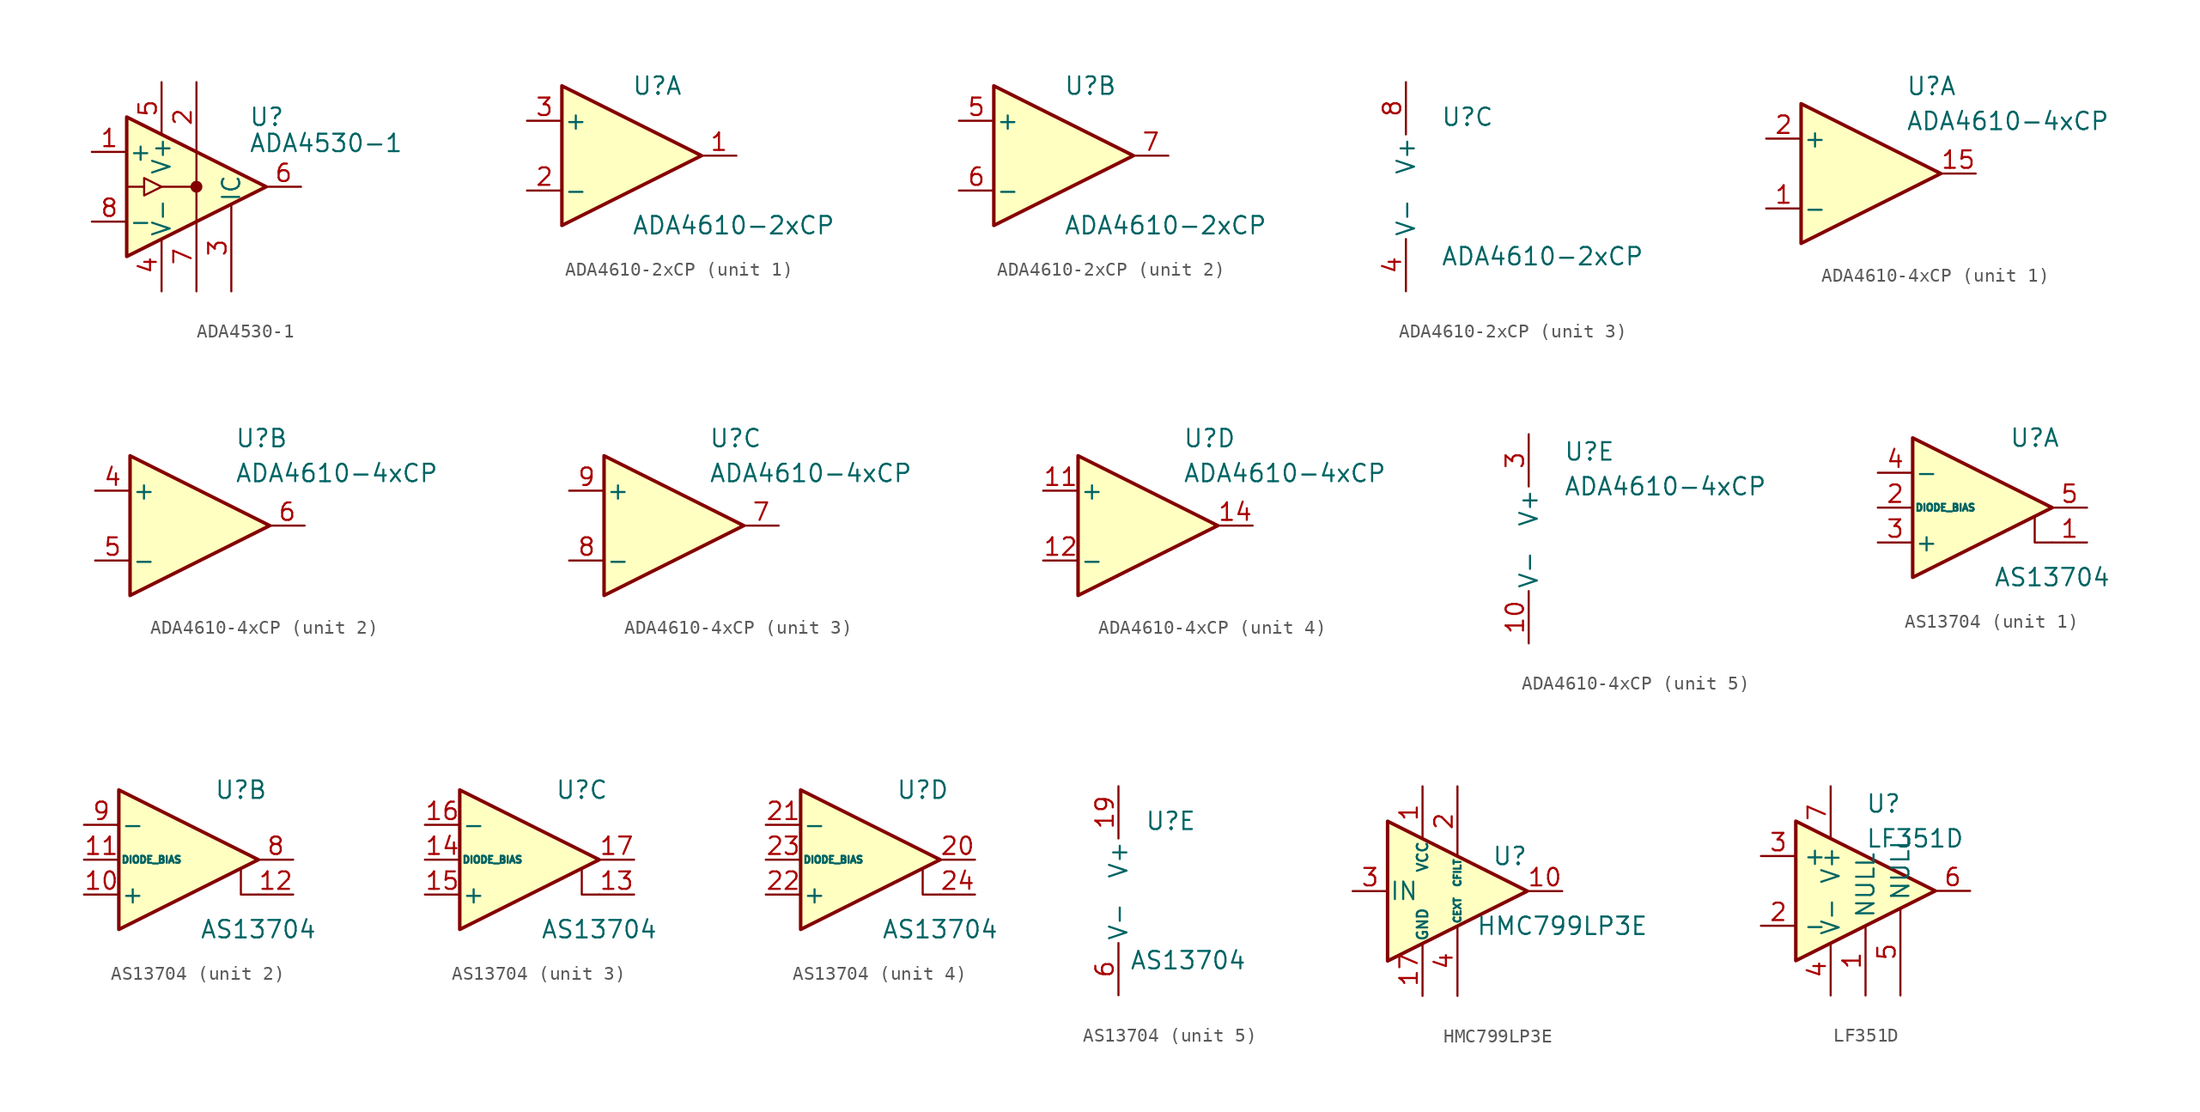
<source format=kicad_sym>
(kicad_symbol_lib
  (version 20201005)
  (generator kicad_symbol_editor)
  (symbol "ADA4530-1"
    (pin_names
      (offset 0.127))
    (property "Reference" "U"
      (at 3.81 5.08 0)
      (effects (font (size 1.27 1.27)) (justify left)))
    (property "Value" "ADA4530-1"
      (at 3.81 3.175 0)
      (effects (font (size 1.27 1.27)) (justify left)))
    (symbol "ADA4530-1_0_1"
      (circle (center 0 0) (radius 0.356) (stroke (width 0)) (fill (type outline)))
      (polyline (pts (xy -3.81 0) (xy -5.08 0)) (stroke (width 0)) (fill (type none)))
      (polyline (pts (xy -2.54 0) (xy 0 0)) (stroke (width 0)) (fill (type none)))
      (polyline (pts (xy 0 2.54) (xy 0 -2.54)) (stroke (width 0)) (fill (type none)))
      (polyline (pts (xy -3.81 -0.635) (xy -3.81 0.635) (xy -2.54 0) (xy -3.81 -0.635)) (stroke (width 0)) (fill (type none)))
      (polyline (pts (xy -5.08 5.08) (xy 5.08 0) (xy -5.08 -5.08) (xy -5.08 5.08)) (stroke (width 0.254)) (fill (type background))))
    (symbol "ADA4530-1_1_1"
      (pin input line (at -7.62 2.54 0) (length 2.54) (name "+" (effects (font (size 1.27 1.27)))) (number "1" (effects (font (size 1.27 1.27)))))
      (pin passive line (at 0 7.62 270) (length 5.08) (name "~" (effects (font (size 1.27 1.27)))) (number "2" (effects (font (size 1.27 1.27)))))
      (pin passive line (at 2.54 -7.62 90) (length 6.35) (name "IC" (effects (font (size 1.27 1.27)))) (number "3" (effects (font (size 1.27 1.27)))))
      (pin power_in line (at -2.54 -7.62 90) (length 3.81) (name "V-" (effects (font (size 1.27 1.27)))) (number "4" (effects (font (size 1.27 1.27)))))
      (pin power_in line (at -2.54 7.62 270) (length 3.81) (name "V+" (effects (font (size 1.27 1.27)))) (number "5" (effects (font (size 1.27 1.27)))))
      (pin output line (at 7.62 0 180) (length 2.54) (name "~" (effects (font (size 1.27 1.27)))) (number "6" (effects (font (size 1.27 1.27)))))
      (pin passive line (at 0 -7.62 90) (length 5.08) (name "~" (effects (font (size 1.27 1.27)))) (number "7" (effects (font (size 1.27 1.27)))))
      (pin input line (at -7.62 -2.54 0) (length 2.54) (name "-" (effects (font (size 1.27 1.27)))) (number "8" (effects (font (size 1.27 1.27)))))))
  (symbol "ADA4610-2xCP"
    (pin_names
      (offset 0.127))
    (property "Reference" "U"
      (at 0 5.08 0)
      (effects (font (size 1.27 1.27)) (justify left)))
    (property "Value" "ADA4610-2xCP"
      (at 0 -5.08 0)
      (effects (font (size 1.27 1.27)) (justify left)))
    (property "ki_locked" ""
      (at 0 0 0)
      (effects (font (size 1.27 1.27))))
    (symbol "ADA4610-2xCP_1_1"
      (polyline (pts (xy -5.08 5.08) (xy 5.08 0) (xy -5.08 -5.08) (xy -5.08 5.08)) (stroke (width 0.254)) (fill (type background)))
      (pin output line (at 7.62 0 180) (length 2.54) (name "~" (effects (font (size 1.27 1.27)))) (number "1" (effects (font (size 1.27 1.27)))))
      (pin input line (at -7.62 -2.54 0) (length 2.54) (name "-" (effects (font (size 1.27 1.27)))) (number "2" (effects (font (size 1.27 1.27)))))
      (pin input line (at -7.62 2.54 0) (length 2.54) (name "+" (effects (font (size 1.27 1.27)))) (number "3" (effects (font (size 1.27 1.27))))))
    (symbol "ADA4610-2xCP_2_1"
      (polyline (pts (xy -5.08 5.08) (xy 5.08 0) (xy -5.08 -5.08) (xy -5.08 5.08)) (stroke (width 0.254)) (fill (type background)))
      (pin input line (at -7.62 2.54 0) (length 2.54) (name "+" (effects (font (size 1.27 1.27)))) (number "5" (effects (font (size 1.27 1.27)))))
      (pin input line (at -7.62 -2.54 0) (length 2.54) (name "-" (effects (font (size 1.27 1.27)))) (number "6" (effects (font (size 1.27 1.27)))))
      (pin output line (at 7.62 0 180) (length 2.54) (name "~" (effects (font (size 1.27 1.27)))) (number "7" (effects (font (size 1.27 1.27))))))
    (symbol "ADA4610-2xCP_3_1"
      (pin power_in line (at -2.54 -7.62 90) (length 3.81) (name "V-" (effects (font (size 1.27 1.27)))) (number "4" (effects (font (size 1.27 1.27)))))
      (pin power_in line (at -2.54 7.62 270) (length 3.81) (name "V+" (effects (font (size 1.27 1.27)))) (number "8" (effects (font (size 1.27 1.27)))))
      (pin passive line (at -2.54 -7.62 90) (length 3.81) hide (name "V-" (effects (font (size 1.27 1.27)))) (number "9" (effects (font (size 1.27 1.27)))))))
  (symbol "ADA4610-4xCP"
    (pin_names
      (offset 0.127))
    (property "Reference" "U"
      (at 2.54 6.35 0)
      (effects (font (size 1.27 1.27)) (justify left)))
    (property "Value" "ADA4610-4xCP"
      (at 2.54 3.81 0)
      (effects (font (size 1.27 1.27)) (justify left)))
    (property "ki_locked" ""
      (at 0 0 0)
      (effects (font (size 1.27 1.27))))
    (symbol "ADA4610-4xCP_1_1"
      (polyline (pts (xy 5.08 0) (xy -5.08 5.08) (xy -5.08 -5.08) (xy 5.08 0)) (stroke (width 0.254)) (fill (type background)))
      (pin input line (at -7.62 -2.54 0) (length 2.54) (name "-" (effects (font (size 1.27 1.27)))) (number "1" (effects (font (size 1.27 1.27)))))
      (pin no_connect line (at 0 2.54 270) (length 2.54) hide (name "NIC" (effects (font (size 1.27 1.27)))) (number "13" (effects (font (size 1.27 1.27)))))
      (pin output line (at 7.62 0 180) (length 2.54) (name "~" (effects (font (size 1.27 1.27)))) (number "15" (effects (font (size 1.27 1.27)))))
      (pin no_connect line (at 0 -2.54 90) (length 2.54) hide (name "NIC" (effects (font (size 1.27 1.27)))) (number "16" (effects (font (size 1.27 1.27)))))
      (pin input line (at -7.62 2.54 0) (length 2.54) (name "+" (effects (font (size 1.27 1.27)))) (number "2" (effects (font (size 1.27 1.27))))))
    (symbol "ADA4610-4xCP_2_1"
      (polyline (pts (xy -5.08 5.08) (xy -5.08 -5.08) (xy 5.08 0) (xy -5.08 5.08)) (stroke (width 0.254)) (fill (type background)))
      (pin input line (at -7.62 2.54 0) (length 2.54) (name "+" (effects (font (size 1.27 1.27)))) (number "4" (effects (font (size 1.27 1.27)))))
      (pin input line (at -7.62 -2.54 0) (length 2.54) (name "-" (effects (font (size 1.27 1.27)))) (number "5" (effects (font (size 1.27 1.27)))))
      (pin output line (at 7.62 0 180) (length 2.54) (name "~" (effects (font (size 1.27 1.27)))) (number "6" (effects (font (size 1.27 1.27))))))
    (symbol "ADA4610-4xCP_3_1"
      (polyline (pts (xy 5.08 0) (xy -5.08 5.08) (xy -5.08 -5.08) (xy 5.08 0)) (stroke (width 0.254)) (fill (type background)))
      (pin output line (at 7.62 0 180) (length 2.54) (name "~" (effects (font (size 1.27 1.27)))) (number "7" (effects (font (size 1.27 1.27)))))
      (pin input line (at -7.62 -2.54 0) (length 2.54) (name "-" (effects (font (size 1.27 1.27)))) (number "8" (effects (font (size 1.27 1.27)))))
      (pin input line (at -7.62 2.54 0) (length 2.54) (name "+" (effects (font (size 1.27 1.27)))) (number "9" (effects (font (size 1.27 1.27))))))
    (symbol "ADA4610-4xCP_4_1"
      (polyline (pts (xy -5.08 5.08) (xy 5.08 0) (xy -5.08 -5.08) (xy -5.08 5.08)) (stroke (width 0.254)) (fill (type background)))
      (pin input line (at -7.62 2.54 0) (length 2.54) (name "+" (effects (font (size 1.27 1.27)))) (number "11" (effects (font (size 1.27 1.27)))))
      (pin input line (at -7.62 -2.54 0) (length 2.54) (name "-" (effects (font (size 1.27 1.27)))) (number "12" (effects (font (size 1.27 1.27)))))
      (pin output line (at 7.62 0 180) (length 2.54) (name "~" (effects (font (size 1.27 1.27)))) (number "14" (effects (font (size 1.27 1.27))))))
    (symbol "ADA4610-4xCP_5_1"
      (pin power_in line (at 0 -7.62 90) (length 3.81) (name "V-" (effects (font (size 1.27 1.27)))) (number "10" (effects (font (size 1.27 1.27)))))
      (pin passive line (at 0 -7.62 90) (length 3.81) hide (name "V-" (effects (font (size 1.27 1.27)))) (number "17" (effects (font (size 1.27 1.27)))))
      (pin power_in line (at 0 7.62 270) (length 3.81) (name "V+" (effects (font (size 1.27 1.27)))) (number "3" (effects (font (size 1.27 1.27)))))))
  (symbol "AS13704"
    (pin_names
      (offset 0.127))
    (property "Reference" "U"
      (at 3.81 5.08 0)
      (effects (font (size 1.27 1.27))))
    (property "Value" "AS13704"
      (at 5.08 -5.08 0)
      (effects (font (size 1.27 1.27))))
    (property "ki_locked" ""
      (at 0 0 0)
      (effects (font (size 1.27 1.27))))
    (symbol "AS13704_1_1"
      (polyline (pts (xy 3.81 -0.635) (xy 3.81 -2.54) (xy 5.08 -2.54)) (stroke (width 0)) (fill (type none)))
      (polyline (pts (xy 5.08 0) (xy -5.08 -5.08) (xy -5.08 5.08) (xy 5.08 0)) (stroke (width 0.254)) (fill (type background)))
      (pin input line (at 7.62 -2.54 180) (length 2.54) (name "~" (effects (font (size 1.27 1.27)))) (number "1" (effects (font (size 1.27 1.27)))))
      (pin no_connect line (at 0 -2.54 180) (length 2.54) hide (name "NC" (effects (font (size 1.27 1.27)))) (number "18" (effects (font (size 1.27 1.27)))))
      (pin input line (at -7.62 0 0) (length 2.54) (name "DIODE_BIAS" (effects (font (size 0.508 0.508)))) (number "2" (effects (font (size 1.27 1.27)))))
      (pin input line (at -7.62 -2.54 0) (length 2.54) (name "+" (effects (font (size 1.27 1.27)))) (number "3" (effects (font (size 1.27 1.27)))))
      (pin input line (at -7.62 2.54 0) (length 2.54) (name "-" (effects (font (size 1.27 1.27)))) (number "4" (effects (font (size 1.27 1.27)))))
      (pin output line (at 7.62 0 180) (length 2.54) (name "~" (effects (font (size 1.27 1.27)))) (number "5" (effects (font (size 1.27 1.27)))))
      (pin no_connect line (at 0 2.54 180) (length 2.54) hide (name "NC" (effects (font (size 1.27 1.27)))) (number "7" (effects (font (size 1.27 1.27))))))
    (symbol "AS13704_2_1"
      (polyline (pts (xy 3.81 -0.635) (xy 3.81 -2.54) (xy 5.08 -2.54)) (stroke (width 0)) (fill (type none)))
      (polyline (pts (xy 5.08 0) (xy -5.08 -5.08) (xy -5.08 5.08) (xy 5.08 0)) (stroke (width 0.254)) (fill (type background)))
      (pin input line (at -7.62 -2.54 0) (length 2.54) (name "+" (effects (font (size 1.27 1.27)))) (number "10" (effects (font (size 1.27 1.27)))))
      (pin input line (at -7.62 0 0) (length 2.54) (name "DIODE_BIAS" (effects (font (size 0.508 0.508)))) (number "11" (effects (font (size 1.27 1.27)))))
      (pin input line (at 7.62 -2.54 180) (length 2.54) (name "~" (effects (font (size 1.27 1.27)))) (number "12" (effects (font (size 1.27 1.27)))))
      (pin output line (at 7.62 0 180) (length 2.54) (name "~" (effects (font (size 1.27 1.27)))) (number "8" (effects (font (size 1.27 1.27)))))
      (pin input line (at -7.62 2.54 0) (length 2.54) (name "-" (effects (font (size 1.27 1.27)))) (number "9" (effects (font (size 1.27 1.27))))))
    (symbol "AS13704_3_1"
      (polyline (pts (xy 3.81 -0.635) (xy 3.81 -2.54) (xy 5.08 -2.54)) (stroke (width 0)) (fill (type none)))
      (polyline (pts (xy 5.08 0) (xy -5.08 -5.08) (xy -5.08 5.08) (xy 5.08 0)) (stroke (width 0.254)) (fill (type background)))
      (pin input line (at 7.62 -2.54 180) (length 2.54) (name "~" (effects (font (size 1.27 1.27)))) (number "13" (effects (font (size 1.27 1.27)))))
      (pin input line (at -7.62 0 0) (length 2.54) (name "DIODE_BIAS" (effects (font (size 0.508 0.508)))) (number "14" (effects (font (size 1.27 1.27)))))
      (pin input line (at -7.62 -2.54 0) (length 2.54) (name "+" (effects (font (size 1.27 1.27)))) (number "15" (effects (font (size 1.27 1.27)))))
      (pin input line (at -7.62 2.54 0) (length 2.54) (name "-" (effects (font (size 1.27 1.27)))) (number "16" (effects (font (size 1.27 1.27)))))
      (pin output line (at 7.62 0 180) (length 2.54) (name "~" (effects (font (size 1.27 1.27)))) (number "17" (effects (font (size 1.27 1.27))))))
    (symbol "AS13704_4_1"
      (polyline (pts (xy 3.81 -0.635) (xy 3.81 -2.54) (xy 5.08 -2.54)) (stroke (width 0)) (fill (type none)))
      (polyline (pts (xy 5.08 0) (xy -5.08 -5.08) (xy -5.08 5.08) (xy 5.08 0)) (stroke (width 0.254)) (fill (type background)))
      (pin output line (at 7.62 0 180) (length 2.54) (name "~" (effects (font (size 1.27 1.27)))) (number "20" (effects (font (size 1.27 1.27)))))
      (pin input line (at -7.62 2.54 0) (length 2.54) (name "-" (effects (font (size 1.27 1.27)))) (number "21" (effects (font (size 1.27 1.27)))))
      (pin input line (at -7.62 -2.54 0) (length 2.54) (name "+" (effects (font (size 1.27 1.27)))) (number "22" (effects (font (size 1.27 1.27)))))
      (pin input line (at -7.62 0 0) (length 2.54) (name "DIODE_BIAS" (effects (font (size 0.508 0.508)))) (number "23" (effects (font (size 1.27 1.27)))))
      (pin input line (at 7.62 -2.54 180) (length 2.54) (name "~" (effects (font (size 1.27 1.27)))) (number "24" (effects (font (size 1.27 1.27))))))
    (symbol "AS13704_5_1"
      (pin power_in line (at 0 7.62 270) (length 3.81) (name "V+" (effects (font (size 1.27 1.27)))) (number "19" (effects (font (size 1.27 1.27)))))
      (pin power_in line (at 0 -7.62 90) (length 3.81) (name "V-" (effects (font (size 1.27 1.27)))) (number "6" (effects (font (size 1.27 1.27)))))))
  (symbol "HMC799LP3E"
    (pin_names
      (offset 0.127))
    (property "Reference" "U"
      (at 3.81 2.54 0)
      (effects (font (size 1.27 1.27))))
    (property "Value" "HMC799LP3E"
      (at 7.62 -2.54 0)
      (effects (font (size 1.27 1.27))))
    (symbol "HMC799LP3E_0_0"
      (pin no_connect line (at 0 0 90) (length 2.54) hide (name "NC" (effects (font (size 1.27 1.27)))) (number "11" (effects (font (size 1.27 1.27)))))
      (pin passive line (at -2.54 7.62 270) (length 3.81) hide (name "VCC" (effects (font (size 0.762 0.762)))) (number "12" (effects (font (size 1.27 1.27)))))
      (pin no_connect line (at 2.54 0 90) (length 2.54) hide (name "NC" (effects (font (size 1.27 1.27)))) (number "13" (effects (font (size 1.27 1.27)))))
      (pin passive line (at -2.54 7.62 270) (length 3.81) hide (name "VCC" (effects (font (size 0.762 0.762)))) (number "14" (effects (font (size 1.27 1.27)))))
      (pin no_connect line (at -2.54 2.54 0) (length 2.54) hide (name "NC" (effects (font (size 1.27 1.27)))) (number "15" (effects (font (size 1.27 1.27)))))
      (pin no_connect line (at -2.54 -2.54 0) (length 2.54) hide (name "NC" (effects (font (size 1.27 1.27)))) (number "16" (effects (font (size 1.27 1.27)))))
      (pin no_connect line (at -5.08 5.08 0) (length 2.54) hide (name "NC" (effects (font (size 1.27 1.27)))) (number "5" (effects (font (size 1.27 1.27)))))
      (pin no_connect line (at -5.08 2.54 0) (length 2.54) hide (name "NC" (effects (font (size 1.27 1.27)))) (number "6" (effects (font (size 1.27 1.27)))))
      (pin no_connect line (at -5.08 -2.54 0) (length 2.54) hide (name "NC" (effects (font (size 1.27 1.27)))) (number "7" (effects (font (size 1.27 1.27)))))
      (pin no_connect line (at -5.08 -5.08 0) (length 2.54) hide (name "NC" (effects (font (size 1.27 1.27)))) (number "8" (effects (font (size 1.27 1.27)))))
      (pin no_connect line (at -2.54 0 90) (length 2.54) hide (name "NC" (effects (font (size 1.27 1.27)))) (number "9" (effects (font (size 1.27 1.27))))))
    (symbol "HMC799LP3E_0_1"
      (polyline (pts (xy 5.08 0) (xy -5.08 5.08) (xy -5.08 -5.08) (xy 5.08 0)) (stroke (width 0.254)) (fill (type background))))
    (symbol "HMC799LP3E_1_1"
      (pin power_in line (at -2.54 7.62 270) (length 3.81) (name "VCC" (effects (font (size 0.762 0.762)))) (number "1" (effects (font (size 1.27 1.27)))))
      (pin output line (at 7.62 0 180) (length 2.54) (name "~" (effects (font (size 1.27 1.27)))) (number "10" (effects (font (size 1.27 1.27)))))
      (pin power_in line (at -2.54 -7.62 90) (length 3.81) (name "GND" (effects (font (size 0.762 0.762)))) (number "17" (effects (font (size 1.27 1.27)))))
      (pin passive line (at 0 7.62 270) (length 5.08) (name "CFILT" (effects (font (size 0.508 0.508)))) (number "2" (effects (font (size 1.27 1.27)))))
      (pin input line (at -7.62 0 0) (length 2.54) (name "IN" (effects (font (size 1.27 1.27)))) (number "3" (effects (font (size 1.27 1.27)))))
      (pin passive line (at 0 -7.62 90) (length 5.08) (name "CEXT" (effects (font (size 0.508 0.508)))) (number "4" (effects (font (size 1.27 1.27)))))))
  (symbol "LF351D"
    (property "Reference" "U"
      (at 0 6.35 0)
      (effects (font (size 1.27 1.27)) (justify left)))
    (property "Value" "LF351D"
      (at 0 3.81 0)
      (effects (font (size 1.27 1.27)) (justify left)))
    (symbol "LF351D_0_1"
      (polyline (pts (xy -5.08 5.08) (xy 5.08 0) (xy -5.08 -5.08) (xy -5.08 5.08)) (stroke (width 0.254)) (fill (type background))))
    (symbol "LF351D_1_1"
      (pin input line (at 0 -7.62 90) (length 5.08) (name "NULL" (effects (font (size 1.27 1.27)))) (number "1" (effects (font (size 1.27 1.27)))))
      (pin input line (at -7.62 -2.54 0) (length 2.54) (name "-" (effects (font (size 1.27 1.27)))) (number "2" (effects (font (size 1.27 1.27)))))
      (pin input line (at -7.62 2.54 0) (length 2.54) (name "+" (effects (font (size 1.27 1.27)))) (number "3" (effects (font (size 1.27 1.27)))))
      (pin power_in line (at -2.54 -7.62 90) (length 3.81) (name "V-" (effects (font (size 1.27 1.27)))) (number "4" (effects (font (size 1.27 1.27)))))
      (pin input line (at 2.54 -7.62 90) (length 6.35) (name "NULL" (effects (font (size 1.27 1.27)))) (number "5" (effects (font (size 1.27 1.27)))))
      (pin output line (at 7.62 0 180) (length 2.54) (name "~" (effects (font (size 1.27 1.27)))) (number "6" (effects (font (size 1.27 1.27)))))
      (pin power_in line (at -2.54 7.62 270) (length 3.81) (name "V+" (effects (font (size 1.27 1.27)))) (number "7" (effects (font (size 1.27 1.27)))))
      (pin no_connect line (at 0 2.54 270) (length 2.54) hide (name "NC" (effects (font (size 1.27 1.27)))) (number "8" (effects (font (size 1.27 1.27))))))))
</source>
